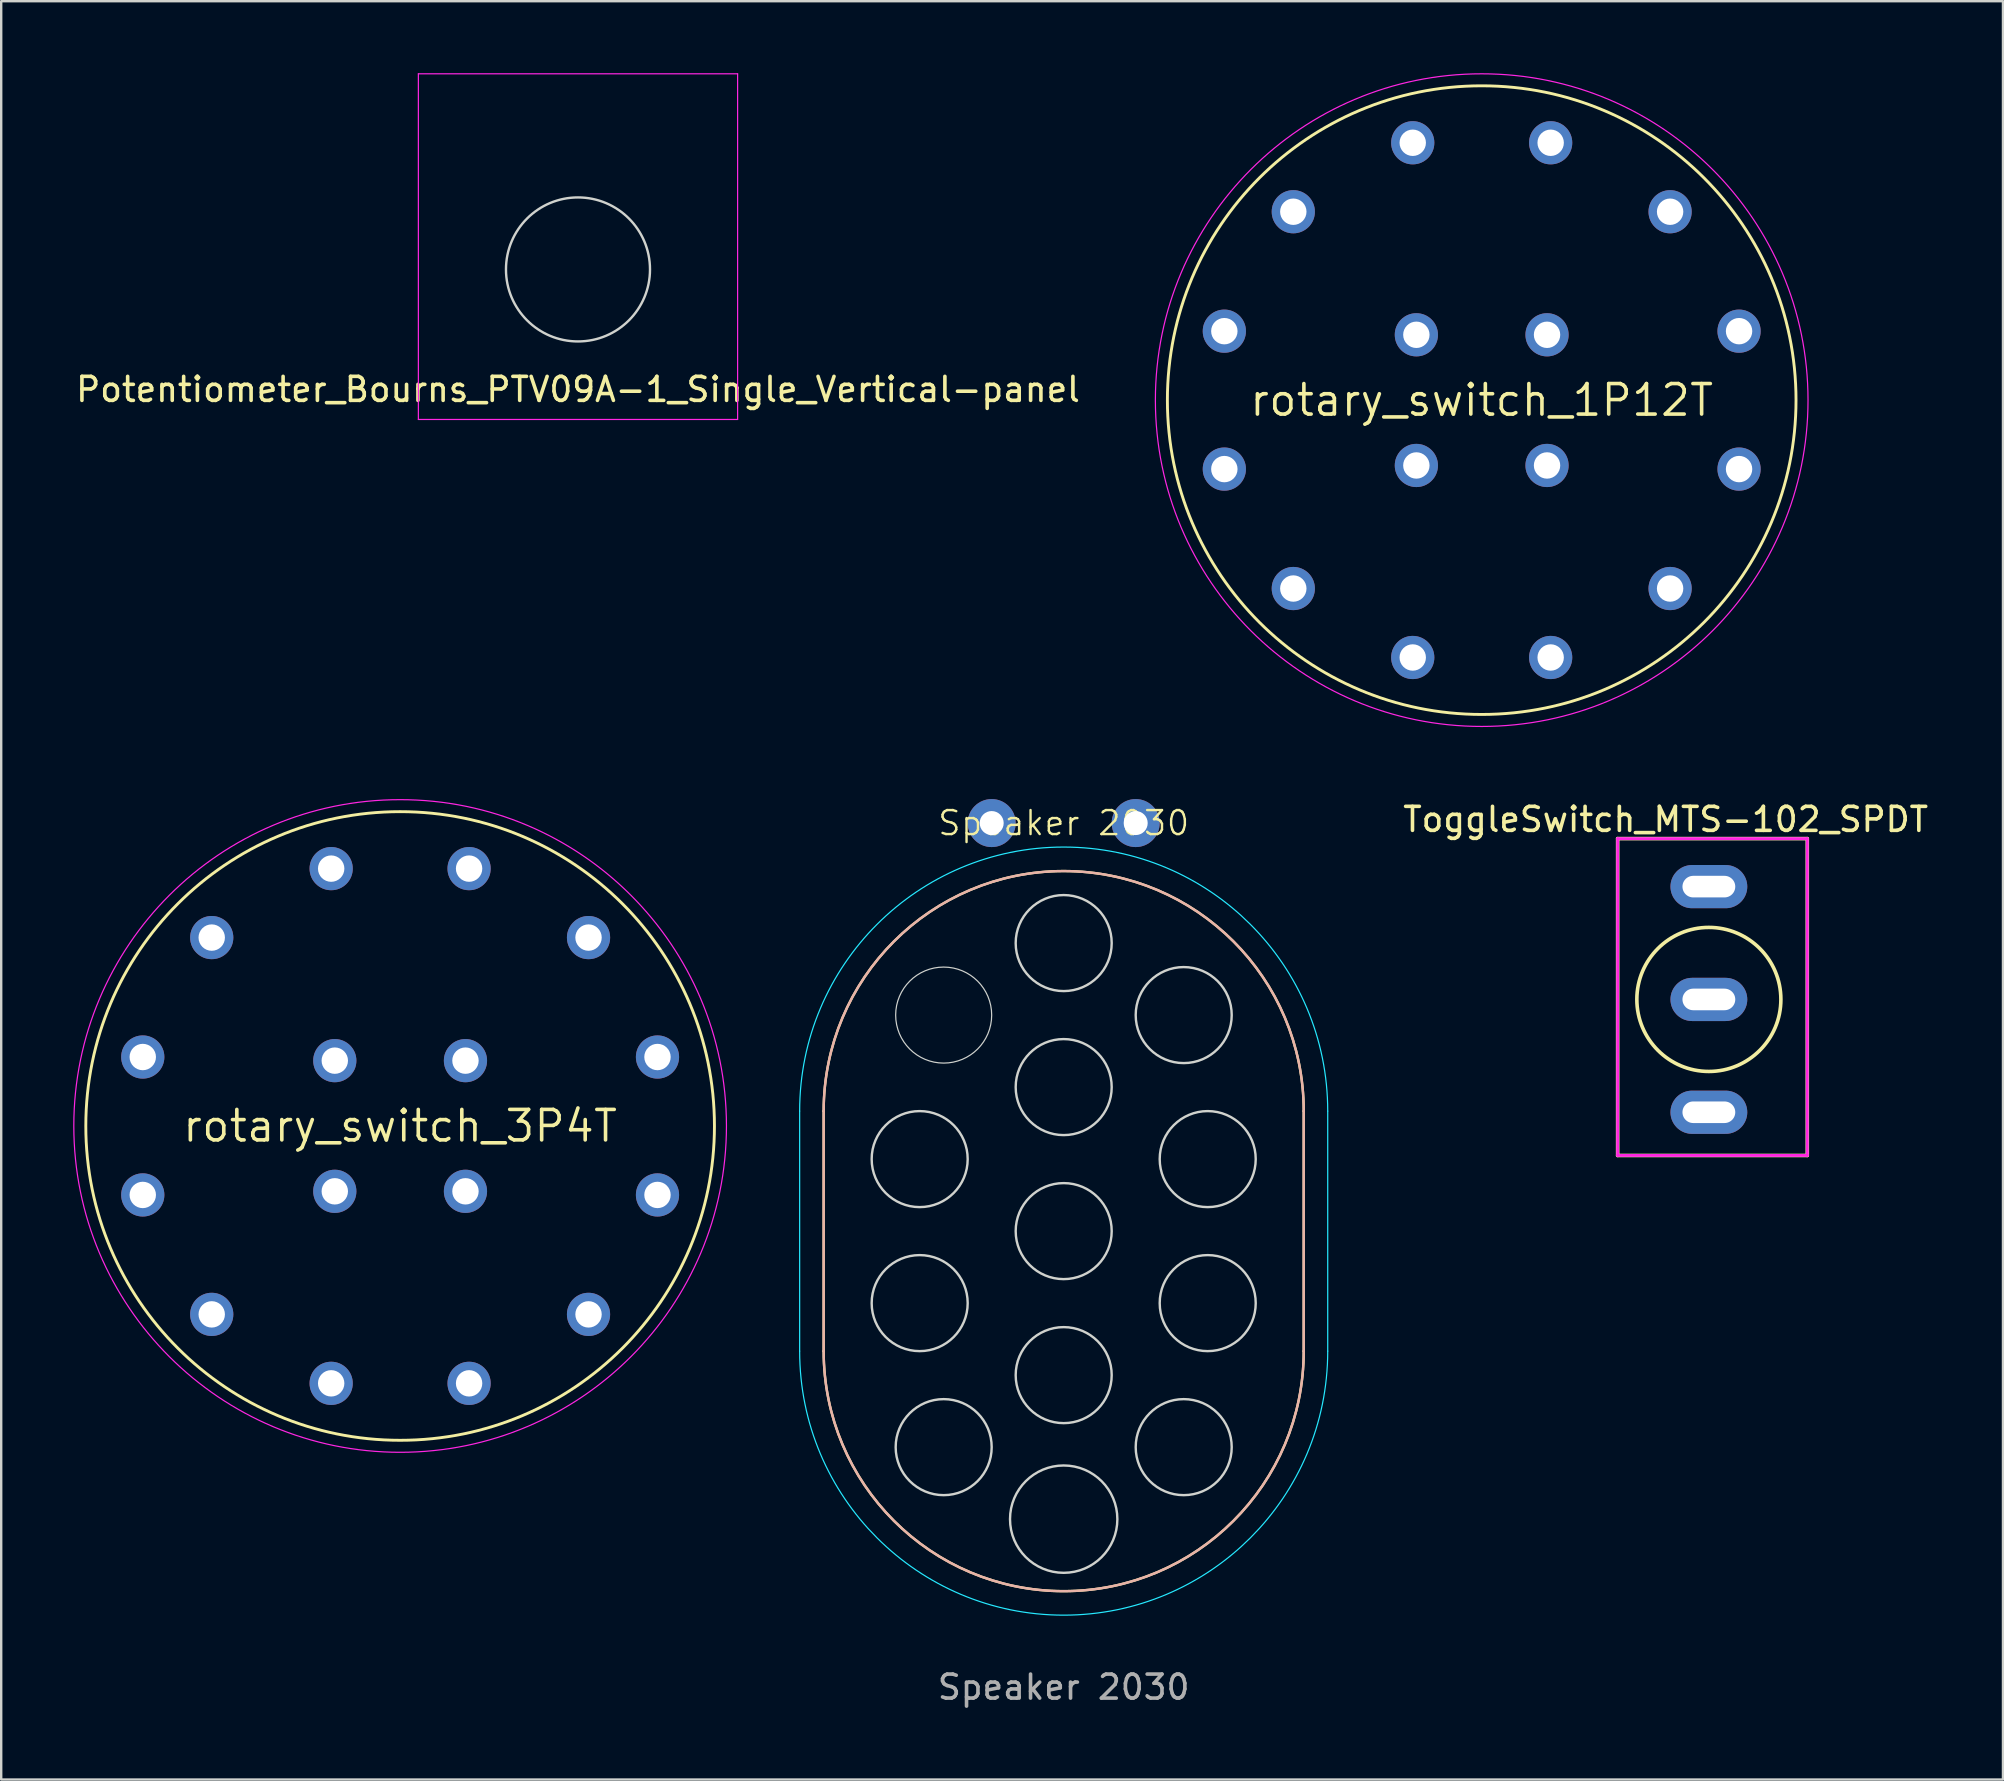
<source format=kicad_pcb>
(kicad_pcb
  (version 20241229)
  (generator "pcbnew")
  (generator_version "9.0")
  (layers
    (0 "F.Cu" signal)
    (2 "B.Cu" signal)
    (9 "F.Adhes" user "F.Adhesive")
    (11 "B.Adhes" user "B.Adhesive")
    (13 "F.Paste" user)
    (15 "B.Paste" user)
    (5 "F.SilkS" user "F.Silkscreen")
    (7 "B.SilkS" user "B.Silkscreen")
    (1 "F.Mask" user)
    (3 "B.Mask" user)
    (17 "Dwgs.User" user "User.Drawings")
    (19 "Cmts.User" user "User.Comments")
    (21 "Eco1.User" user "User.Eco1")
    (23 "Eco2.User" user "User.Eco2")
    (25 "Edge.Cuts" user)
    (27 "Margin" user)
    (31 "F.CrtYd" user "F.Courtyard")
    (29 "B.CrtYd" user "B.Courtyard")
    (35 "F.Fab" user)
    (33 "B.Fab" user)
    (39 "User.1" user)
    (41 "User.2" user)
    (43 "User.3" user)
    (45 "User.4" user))
  (footprint "Potentiometer_Bourns_PTV09A-1_Single_Vertical-panel"
    (layer "F.Cu")
    (at 21.03 8.175)
    (property "Reference" "Potentiometer_Bourns_PTV09A-1_Single_Vertical-panel" (at 0 5 0) (layer "F.SilkS") (effects (font (size 1 1) (thickness 0.15))))
    (attr through_hole)
    (fp_circle (center 0 0) (end 3 0) (stroke (width 0.1) (type solid)) (fill no) (layer "Edge.Cuts"))
    (fp_line (start -6.65 -8.15) (end -6.65 6.25) (stroke (width 0.05) (type solid)) (layer "F.CrtYd"))
    (fp_line (start -6.65 6.25) (end 6.65 6.25) (stroke (width 0.05) (type solid)) (layer "F.CrtYd"))
    (fp_line (start 6.65 -8.15) (end -6.65 -8.15) (stroke (width 0.05) (type solid)) (layer "F.CrtYd"))
    (fp_line (start 6.65 6.25) (end 6.65 -8.15) (stroke (width 0.05) (type solid)) (layer "F.CrtYd")))
  (footprint "ToggleSwitch_MTS-102_SPDT"
    (layer "F.Cu")
    (at 68.144 38.588)
    (property "Reference" "ToggleSwitch_MTS-102_SPDT" (at -1.8 -7.5 0) (layer "F.SilkS") (effects (font (size 1 1) (thickness 0.15))))
    (attr through_hole)
    (fp_line (start -3.8 -6.7) (end 4.1 -6.7) (stroke (width 0.15) (type solid)) (layer "F.SilkS"))
    (fp_line (start -3.8 6.5) (end -3.8 -6.7) (stroke (width 0.15) (type solid)) (layer "F.SilkS"))
    (fp_line (start 4.1 -6.7) (end 4.1 6.5) (stroke (width 0.15) (type solid)) (layer "F.SilkS"))
    (fp_line (start 4.1 6.5) (end -3.8 6.5) (stroke (width 0.15) (type solid)) (layer "F.SilkS"))
    (fp_circle (center 0 0) (end 3 0.05) (stroke (width 0.15) (type solid)) (fill no) (layer "F.SilkS"))
    (fp_line (start -3.8 -6.7) (end -3.8 6.5) (stroke (width 0.12) (type solid)) (layer "F.CrtYd"))
    (fp_line (start 4.1 -6.7) (end -3.8 -6.7) (stroke (width 0.12) (type solid)) (layer "F.CrtYd"))
    (fp_line (start 4.1 -6.7) (end 4.1 6.5) (stroke (width 0.12) (type solid)) (layer "F.CrtYd"))
    (fp_line (start 4.1 6.5) (end -3.8 6.5) (stroke (width 0.12) (type solid)) (layer "F.CrtYd"))
    (pad "1" thru_hole oval (at 0 -4.7) (size 3.2 1.8) (drill oval 2.2 0.9) (layers "*.Cu" "*.Mask"))
    (pad "2" thru_hole oval (at 0 0) (size 3.2 1.8) (drill oval 2.2 0.9) (layers "*.Cu" "*.Mask"))
    (pad "3" thru_hole oval (at 0 4.7) (size 3.2 1.8) (drill oval 2.2 0.9) (layers "*.Cu" "*.Mask")))
  (footprint "rotary_switch_1P12T"
    (layer "F.Cu")
    (at 58.68 13.62)
    (property "Reference" "rotary_switch_1P12T" (at 0 0 0) (layer "F.SilkS") (effects (font (size 1.27 1.27) (thickness 0.15))))
    (attr through_hole)
    (fp_circle (center 0 0) (end 13.095 0) (stroke (width 0.12) (type solid)) (fill no) (layer "F.SilkS"))
    (fp_circle (center 0 0) (end 13.595 0) (stroke (width 0.05) (type solid)) (fill no) (layer "F.CrtYd"))
    (pad "1" thru_hole circle (at 10.722 2.873) (size 1.8 1.8) (drill 1.1) (layers "*.Cu" "*.Mask"))
    (pad "2" thru_hole circle (at 7.849 7.849) (size 1.8 1.8) (drill 1.1) (layers "*.Cu" "*.Mask"))
    (pad "3" thru_hole circle (at 2.873 10.722) (size 1.8 1.8) (drill 1.1) (layers "*.Cu" "*.Mask"))
    (pad "4" thru_hole circle (at -2.873 10.722) (size 1.8 1.8) (drill 1.1) (layers "*.Cu" "*.Mask"))
    (pad "5" thru_hole circle (at -7.849 7.849) (size 1.8 1.8) (drill 1.1) (layers "*.Cu" "*.Mask"))
    (pad "6" thru_hole circle (at -10.722 2.873) (size 1.8 1.8) (drill 1.1) (layers "*.Cu" "*.Mask"))
    (pad "7" thru_hole circle (at -10.722 -2.873) (size 1.8 1.8) (drill 1.1) (layers "*.Cu" "*.Mask"))
    (pad "8" thru_hole circle (at -7.849 -7.849) (size 1.8 1.8) (drill 1.1) (layers "*.Cu" "*.Mask"))
    (pad "9" thru_hole circle (at -2.873 -10.722) (size 1.8 1.8) (drill 1.1) (layers "*.Cu" "*.Mask"))
    (pad "10" thru_hole circle (at 2.873 -10.722) (size 1.8 1.8) (drill 1.1) (layers "*.Cu" "*.Mask"))
    (pad "11" thru_hole circle (at 7.849 -7.849) (size 1.8 1.8) (drill 1.1) (layers "*.Cu" "*.Mask"))
    (pad "12" thru_hole circle (at 10.722 -2.873) (size 1.8 1.8) (drill 1.1) (layers "*.Cu" "*.Mask"))
    (pad "13" thru_hole circle (at 2.722 2.722) (size 1.8 1.8) (drill 1.1) (layers "*.Cu" "*.Mask"))
    (pad "14" thru_hole circle (at -2.722 2.722) (size 1.8 1.8) (drill 1.1) (layers "*.Cu" "*.Mask"))
    (pad "15" thru_hole circle (at -2.722 -2.722) (size 1.8 1.8) (drill 1.1) (layers "*.Cu" "*.Mask"))
    (pad "16" thru_hole circle (at 2.722 -2.722) (size 1.8 1.8) (drill 1.1) (layers "*.Cu" "*.Mask")))
  (footprint "Speaker 2030"
    (layer "F.Cu")
    (at 41.265 43.24)
    (property "Reference" "Speaker 2030" (at 0 -12 0) (unlocked yes) (layer "F.SilkS") (effects (font (size 1 1) (thickness 0.1))))
    (attr through_hole)
    (fp_line (start -10 10) (end -10 0) (stroke (width 0.1) (type default)) (layer "F.SilkS"))
    (fp_line (start 10 10) (end 10 0) (stroke (width 0.1) (type default)) (layer "F.SilkS"))
    (fp_arc (start -10 0) (mid 0 -10) (end 10 0) (stroke (width 0.1) (type default)) (layer "F.SilkS"))
    (fp_arc (start 10 10) (mid 0 20) (end -10 10) (stroke (width 0.1) (type default)) (layer "F.SilkS"))
    (fp_line (start -10 0) (end -10 10) (stroke (width 0.1) (type default)) (layer "B.SilkS"))
    (fp_line (start 10 0) (end 10 10) (stroke (width 0.1) (type default)) (layer "B.SilkS"))
    (fp_arc (start -10 0) (mid 0 -10) (end 10 0) (stroke (width 0.1) (type default)) (layer "B.SilkS"))
    (fp_arc (start 10 10) (mid 0 20) (end -10 10) (stroke (width 0.1) (type default)) (layer "B.SilkS"))
    (fp_circle (center -6 2) (end -4 2) (stroke (width 0.1) (type default)) (fill no) (layer "Edge.Cuts"))
    (fp_circle (center -6 8) (end -4 8) (stroke (width 0.1) (type default)) (fill no) (layer "Edge.Cuts"))
    (fp_circle (center -5 -4) (end -3 -4) (stroke (width 0.05) (type default)) (fill no) (layer "Edge.Cuts"))
    (fp_circle (center -5 14) (end -3 14) (stroke (width 0.1) (type default)) (fill no) (layer "Edge.Cuts"))
    (fp_circle (center 0 -7) (end 2 -7) (stroke (width 0.1) (type default)) (fill no) (layer "Edge.Cuts"))
    (fp_circle (center 0 -1) (end 2 -1) (stroke (width 0.1) (type default)) (fill no) (layer "Edge.Cuts"))
    (fp_circle (center 0 5) (end 2 5) (stroke (width 0.1) (type default)) (fill no) (layer "Edge.Cuts"))
    (fp_circle (center 0 11) (end 2 11) (stroke (width 0.1) (type default)) (fill no) (layer "Edge.Cuts"))
    (fp_circle (center 0 17) (end 2.236 17) (stroke (width 0.1) (type default)) (fill no) (layer "Edge.Cuts"))
    (fp_circle (center 5 -4) (end 7 -4) (stroke (width 0.1) (type default)) (fill no) (layer "Edge.Cuts"))
    (fp_circle (center 5 14) (end 7 14) (stroke (width 0.1) (type default)) (fill no) (layer "Edge.Cuts"))
    (fp_circle (center 6 2) (end 8 2) (stroke (width 0.1) (type default)) (fill no) (layer "Edge.Cuts"))
    (fp_circle (center 6 8) (end 8 8) (stroke (width 0.1) (type default)) (fill no) (layer "Edge.Cuts"))
    (fp_line (start -11 0) (end -11 10) (stroke (width 0.05) (type default)) (layer "B.CrtYd"))
    (fp_line (start 11 0) (end 11 10) (stroke (width 0.05) (type default)) (layer "B.CrtYd"))
    (fp_arc (start -11 0) (mid 0 -11) (end 11 0) (stroke (width 0.05) (type default)) (layer "B.CrtYd"))
    (fp_arc (start 11 10) (mid 0 21) (end -11 10) (stroke (width 0.05) (type default)) (layer "B.CrtYd"))
    (fp_text user "${REFERENCE}" (at 0 24 0) (unlocked yes) (layer "F.Fab") (effects (font (size 1 1) (thickness 0.15))))
    (pad "1" thru_hole circle (at -3 -12) (size 2 2) (drill 1) (layers "*.Cu" "*.Mask"))
    (pad "2" thru_hole circle (at 3 -12) (size 2 2) (drill 1) (layers "*.Cu" "*.Mask")))
  (footprint "rotary_switch_3P4T"
    (layer "F.Cu")
    (at 13.62 43.86)
    (property "Reference" "rotary_switch_3P4T" (at 0 0 0) (layer "F.SilkS") (effects (font (size 1.27 1.27) (thickness 0.15))))
    (attr through_hole)
    (fp_circle (center 0 0) (end 13.095 0) (stroke (width 0.12) (type solid)) (fill no) (layer "F.SilkS"))
    (fp_circle (center 0 0) (end 13.595 0) (stroke (width 0.05) (type solid)) (fill no) (layer "F.CrtYd"))
    (pad "1" thru_hole circle (at 10.722 2.873) (size 1.8 1.8) (drill 1.1) (layers "*.Cu" "*.Mask"))
    (pad "2" thru_hole circle (at 7.849 7.849) (size 1.8 1.8) (drill 1.1) (layers "*.Cu" "*.Mask"))
    (pad "3" thru_hole circle (at 2.873 10.722) (size 1.8 1.8) (drill 1.1) (layers "*.Cu" "*.Mask"))
    (pad "4" thru_hole circle (at -2.873 10.722) (size 1.8 1.8) (drill 1.1) (layers "*.Cu" "*.Mask"))
    (pad "5" thru_hole circle (at 2.722 2.722) (size 1.8 1.8) (drill 1.1) (layers "*.Cu" "*.Mask"))
    (pad "6" thru_hole circle (at -7.849 7.849) (size 1.8 1.8) (drill 1.1) (layers "*.Cu" "*.Mask"))
    (pad "7" thru_hole circle (at -10.722 2.873) (size 1.8 1.8) (drill 1.1) (layers "*.Cu" "*.Mask"))
    (pad "8" thru_hole circle (at -10.722 -2.873) (size 1.8 1.8) (drill 1.1) (layers "*.Cu" "*.Mask"))
    (pad "9" thru_hole circle (at -7.849 -7.849) (size 1.8 1.8) (drill 1.1) (layers "*.Cu" "*.Mask"))
    (pad "10" thru_hole circle (at -2.722 2.722) (size 1.8 1.8) (drill 1.1) (layers "*.Cu" "*.Mask"))
    (pad "11" thru_hole circle (at -2.873 -10.722) (size 1.8 1.8) (drill 1.1) (layers "*.Cu" "*.Mask"))
    (pad "12" thru_hole circle (at 2.873 -10.722) (size 1.8 1.8) (drill 1.1) (layers "*.Cu" "*.Mask"))
    (pad "13" thru_hole circle (at 7.849 -7.849) (size 1.8 1.8) (drill 1.1) (layers "*.Cu" "*.Mask"))
    (pad "14" thru_hole circle (at 10.722 -2.873) (size 1.8 1.8) (drill 1.1) (layers "*.Cu" "*.Mask"))
    (pad "15" thru_hole circle (at -2.722 -2.722) (size 1.8 1.8) (drill 1.1) (layers "*.Cu" "*.Mask"))
    (pad "16" thru_hole circle (at 2.722 -2.722) (size 1.8 1.8) (drill 1.1) (layers "*.Cu" "*.Mask")))
  (gr_rect
    (start -3 -3)
    (end 80.397 71.088)
    (stroke (width 0.1) (type default))
    (fill no)
    (layer "Edge.Cuts")))
</source>
